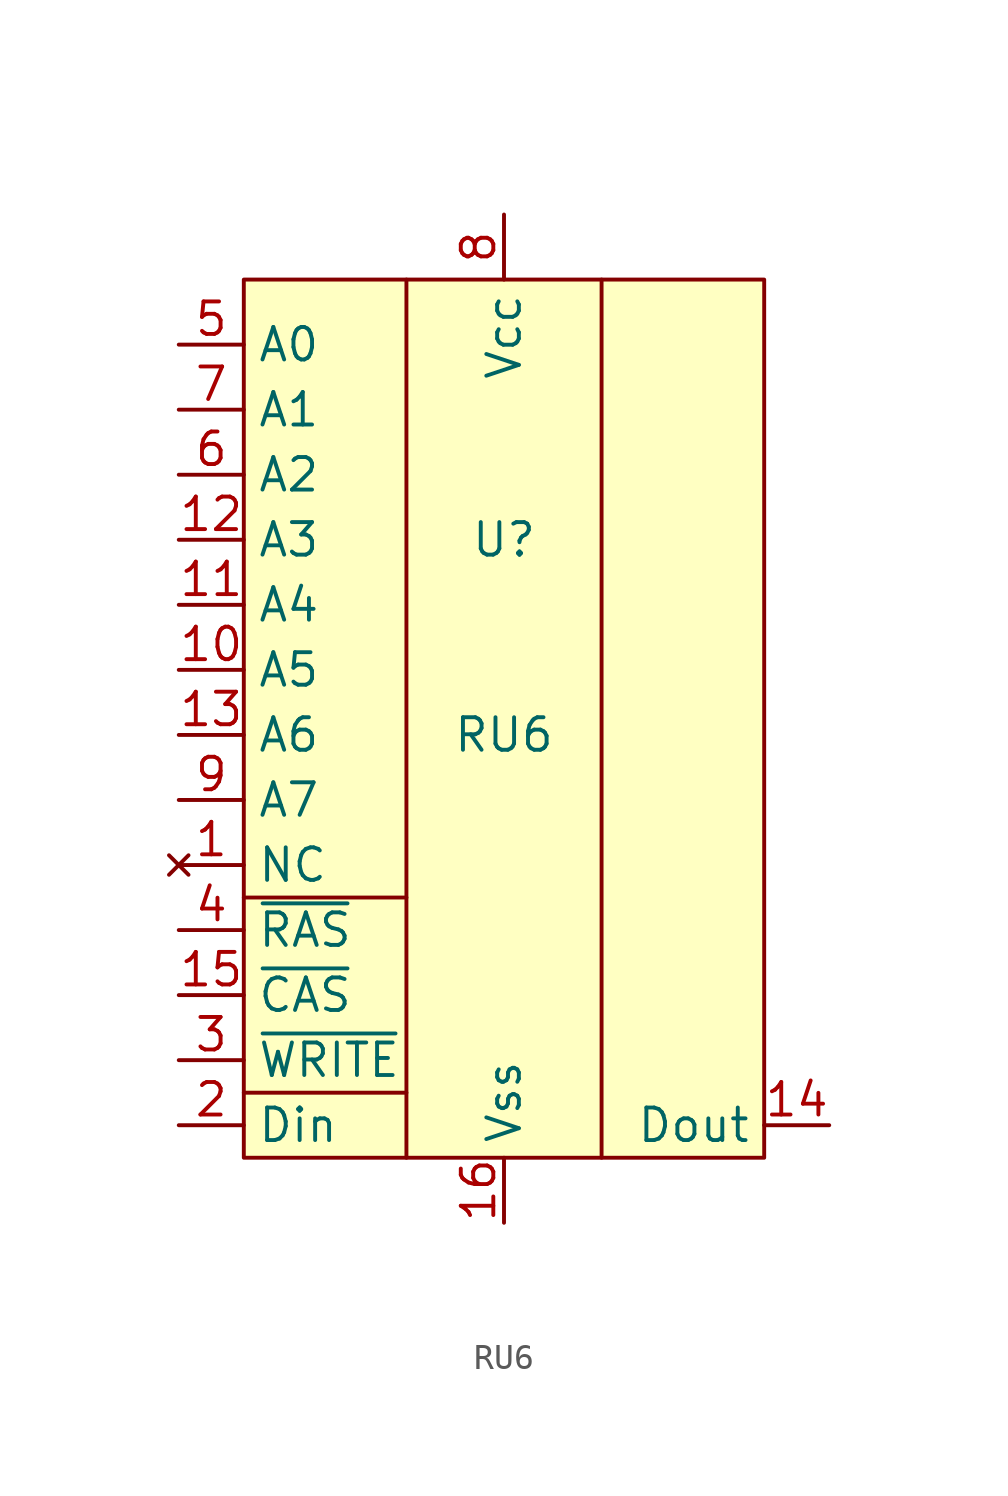
<source format=kicad_sym>
(kicad_symbol_lib
  (version 20211014)
  (generator kicad_symbol_editor)
  (symbol "RU6"
    (property "Reference" "U"
      (at 3.81 1.27 0)
      (effects (font (size 1.27 1.27))))
    (property "Value" "RU6"
      (at 3.81 -6.35 0)
      (effects (font (size 1.27 1.27))))
    (symbol "RU6_0_0"
      (pin no_connect line (at -8.89 -11.43 0) (length 2.54) (name "NC" (effects (font (size 1.27 1.27)))) (number "1" (effects (font (size 1.27 1.27)))))
      (pin bidirectional line (at -8.89 -3.81 0) (length 2.54) (name "A5" (effects (font (size 1.27 1.27)))) (number "10" (effects (font (size 1.27 1.27)))))
      (pin bidirectional line (at -8.89 -1.27 0) (length 2.54) (name "A4" (effects (font (size 1.27 1.27)))) (number "11" (effects (font (size 1.27 1.27)))))
      (pin bidirectional line (at -8.89 1.27 0) (length 2.54) (name "A3" (effects (font (size 1.27 1.27)))) (number "12" (effects (font (size 1.27 1.27)))))
      (pin bidirectional line (at -8.89 -6.35 0) (length 2.54) (name "A6" (effects (font (size 1.27 1.27)))) (number "13" (effects (font (size 1.27 1.27)))))
      (pin bidirectional line (at 16.51 -21.59 180) (length 2.54) (name "Dout" (effects (font (size 1.27 1.27)))) (number "14" (effects (font (size 1.27 1.27)))))
      (pin bidirectional line (at -8.89 -16.51 0) (length 2.54) (name "~{CAS}" (effects (font (size 1.27 1.27)))) (number "15" (effects (font (size 1.27 1.27)))))
      (pin power_in line (at 3.81 -25.4 90) (length 2.54) (name "Vss" (effects (font (size 1.27 1.27)))) (number "16" (effects (font (size 1.27 1.27)))))
      (pin bidirectional line (at -8.89 -21.59 0) (length 2.54) (name "Din" (effects (font (size 1.27 1.27)))) (number "2" (effects (font (size 1.27 1.27)))))
      (pin bidirectional line (at -8.89 -19.05 0) (length 2.54) (name "~{WRITE}" (effects (font (size 1.27 1.27)))) (number "3" (effects (font (size 1.27 1.27)))))
      (pin bidirectional line (at -8.89 -13.97 0) (length 2.54) (name "~{RAS}" (effects (font (size 1.27 1.27)))) (number "4" (effects (font (size 1.27 1.27)))))
      (pin bidirectional line (at -8.89 8.89 0) (length 2.54) (name "A0" (effects (font (size 1.27 1.27)))) (number "5" (effects (font (size 1.27 1.27)))))
      (pin bidirectional line (at -8.89 3.81 0) (length 2.54) (name "A2" (effects (font (size 1.27 1.27)))) (number "6" (effects (font (size 1.27 1.27)))))
      (pin bidirectional line (at -8.89 6.35 0) (length 2.54) (name "A1" (effects (font (size 1.27 1.27)))) (number "7" (effects (font (size 1.27 1.27)))))
      (pin power_in line (at 3.81 13.97 270) (length 2.54) (name "Vcc" (effects (font (size 1.27 1.27)))) (number "8" (effects (font (size 1.27 1.27)))))
      (pin bidirectional line (at -8.89 -8.89 0) (length 2.54) (name "A7" (effects (font (size 1.27 1.27)))) (number "9" (effects (font (size 1.27 1.27))))))
    (symbol "RU6_0_1"
      (rectangle (start -6.35 11.43) (end 13.97 -22.86) (stroke (width 0) (type default) (color 0 0 0 0)) (fill (type background)))
      (polyline (pts (xy -6.35 -20.32) (xy 0 -20.32)) (stroke (width 0) (type default) (color 0 0 0 0)) (fill (type none)))
      (polyline (pts (xy -6.35 -12.7) (xy 0 -12.7)) (stroke (width 0) (type default) (color 0 0 0 0)) (fill (type none)))
      (polyline (pts (xy 0 -22.86) (xy 0 11.43)) (stroke (width 0) (type default) (color 0 0 0 0)) (fill (type none)))
      (polyline (pts (xy 7.62 -22.86) (xy 7.62 11.43)) (stroke (width 0) (type default) (color 0 0 0 0)) (fill (type none))))))
</source>
